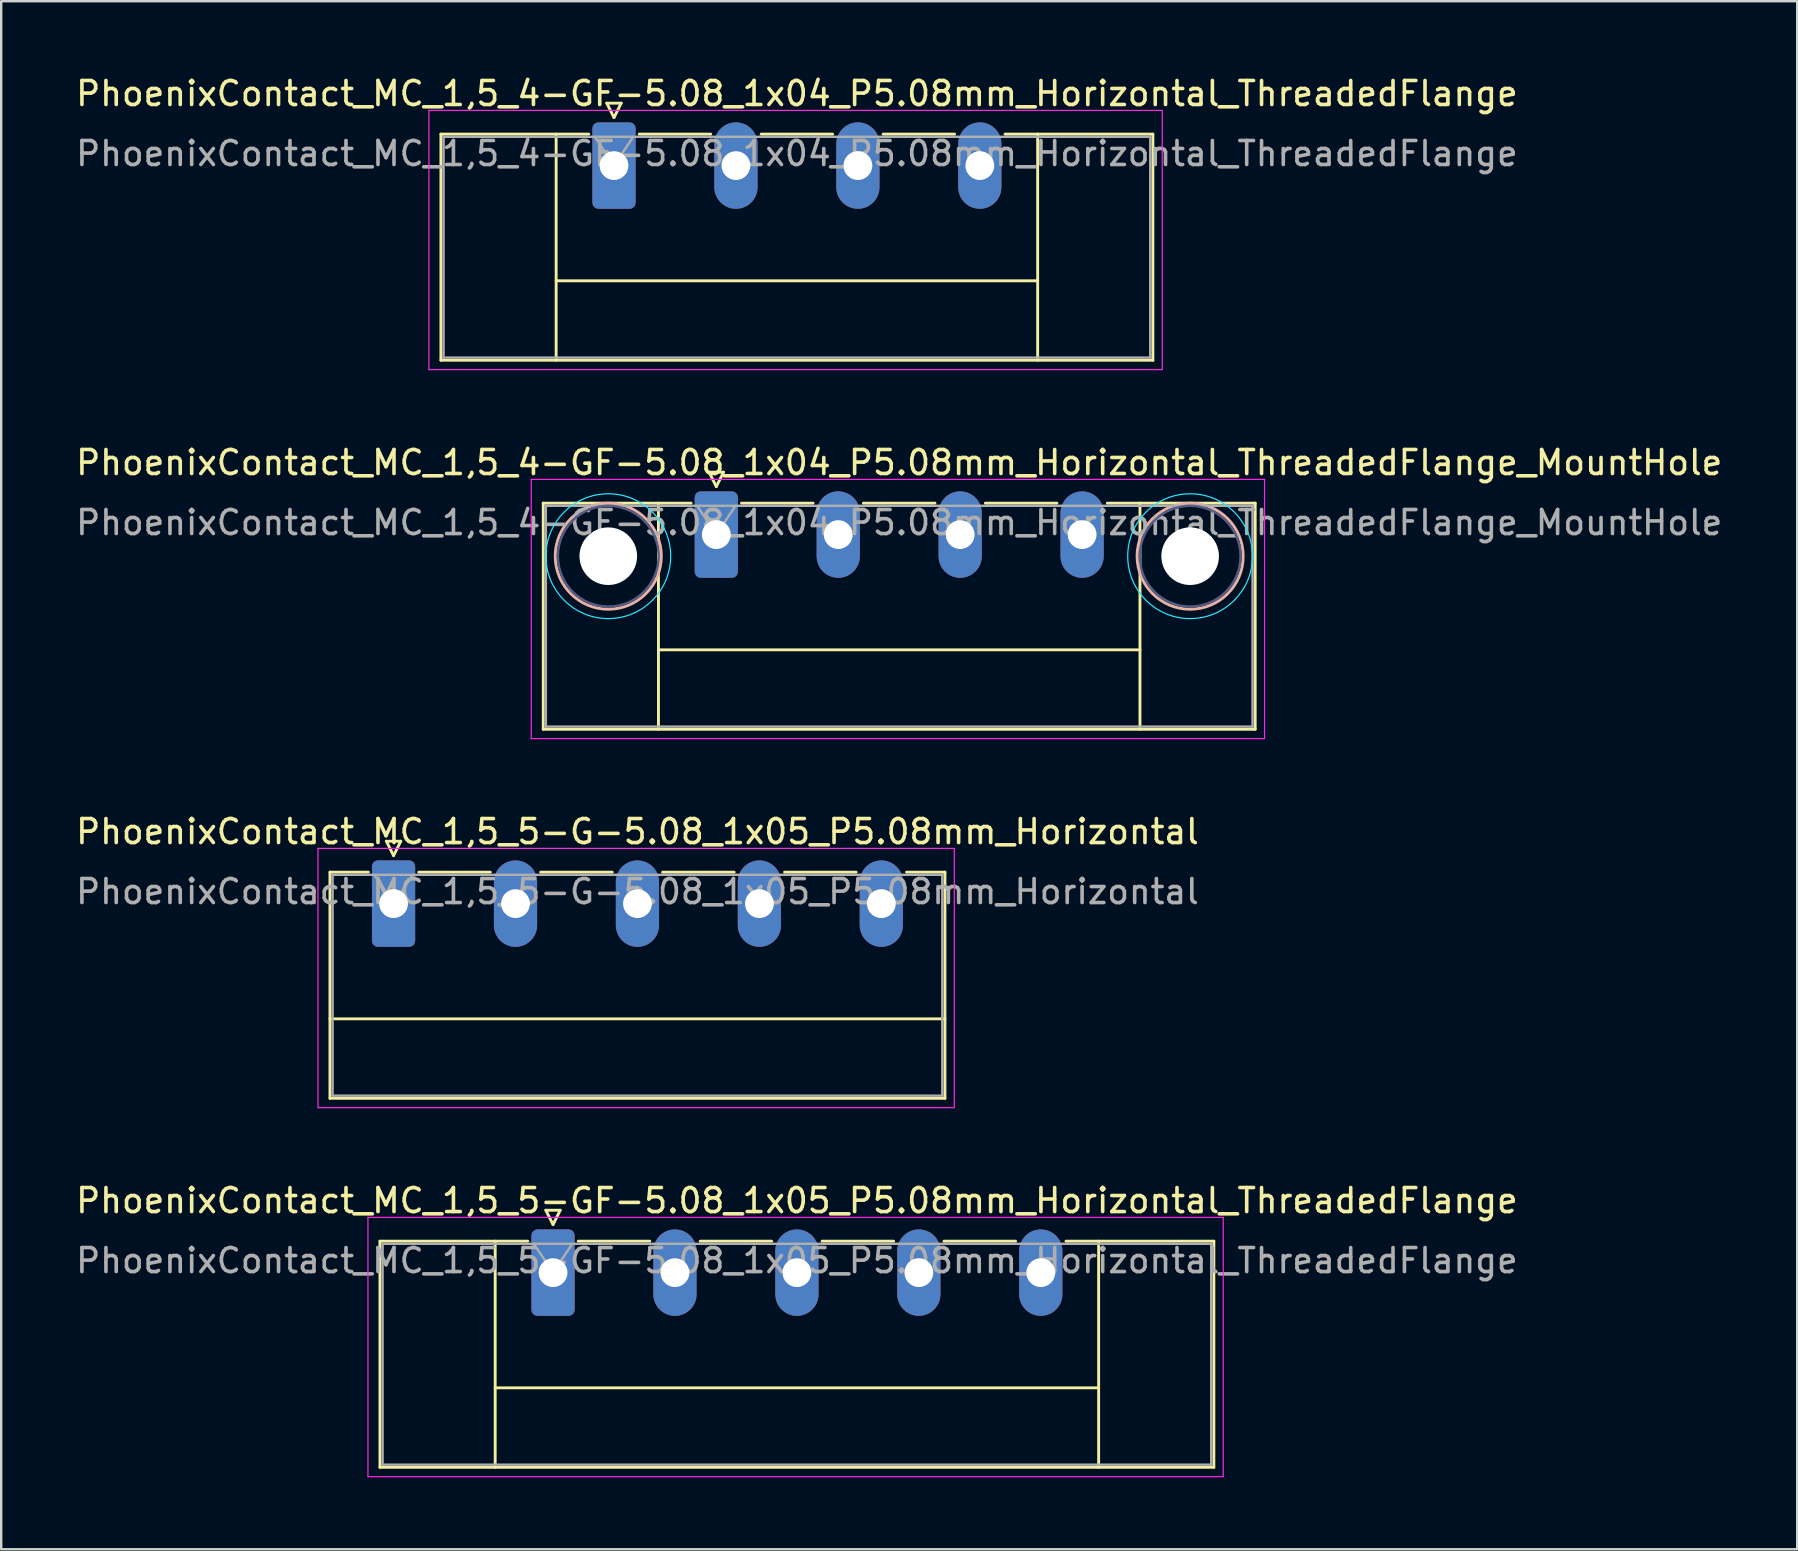
<source format=kicad_pcb>
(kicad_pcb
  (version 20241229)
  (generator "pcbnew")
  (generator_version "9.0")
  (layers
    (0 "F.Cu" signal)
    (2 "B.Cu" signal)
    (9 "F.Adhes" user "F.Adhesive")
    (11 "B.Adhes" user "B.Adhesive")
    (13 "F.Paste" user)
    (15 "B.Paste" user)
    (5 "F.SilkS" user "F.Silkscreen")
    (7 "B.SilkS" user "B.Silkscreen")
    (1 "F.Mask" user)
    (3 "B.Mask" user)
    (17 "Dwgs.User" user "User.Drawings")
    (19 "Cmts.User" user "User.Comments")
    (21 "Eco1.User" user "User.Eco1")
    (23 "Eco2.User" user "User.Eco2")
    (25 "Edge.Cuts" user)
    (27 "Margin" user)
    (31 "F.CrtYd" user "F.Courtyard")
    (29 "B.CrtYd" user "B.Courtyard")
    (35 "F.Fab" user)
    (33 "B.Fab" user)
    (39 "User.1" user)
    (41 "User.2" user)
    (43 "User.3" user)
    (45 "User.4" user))
  (footprint "PhoenixContact_MC_1,5_5-GF-5.08_1x05_P5.08mm_Horizontal_ThreadedFlange"
    (layer "F.Cu")
    (at 19.989 49.968)
    (property "Reference" "PhoenixContact_MC_1,5_5-GF-5.08_1x05_P5.08mm_Horizontal_ThreadedFlange" (at 10.16 -3 0) (layer "F.SilkS") (effects (font (size 1 1) (thickness 0.15))))
    (attr through_hole)
    (fp_line (start -7.21 -1.31) (end -7.21 8.11) (stroke (width 0.12) (type solid)) (layer "F.SilkS"))
    (fp_line (start -7.21 -1.31) (end -1.05 -1.31) (stroke (width 0.12) (type solid)) (layer "F.SilkS"))
    (fp_line (start -7.21 8.11) (end 27.53 8.11) (stroke (width 0.12) (type solid)) (layer "F.SilkS"))
    (fp_line (start -2.41 -1.31) (end -2.41 8.11) (stroke (width 0.12) (type solid)) (layer "F.SilkS"))
    (fp_line (start -2.41 4.8) (end 22.73 4.8) (stroke (width 0.12) (type solid)) (layer "F.SilkS"))
    (fp_line (start -0.3 -2.6) (end 0.3 -2.6) (stroke (width 0.12) (type solid)) (layer "F.SilkS"))
    (fp_line (start 0 -2) (end -0.3 -2.6) (stroke (width 0.12) (type solid)) (layer "F.SilkS"))
    (fp_line (start 0.3 -2.6) (end 0 -2) (stroke (width 0.12) (type solid)) (layer "F.SilkS"))
    (fp_line (start 1.05 -1.31) (end 4.03 -1.31) (stroke (width 0.12) (type solid)) (layer "F.SilkS"))
    (fp_line (start 6.13 -1.31) (end 9.11 -1.31) (stroke (width 0.12) (type solid)) (layer "F.SilkS"))
    (fp_line (start 11.21 -1.31) (end 14.19 -1.31) (stroke (width 0.12) (type solid)) (layer "F.SilkS"))
    (fp_line (start 16.29 -1.31) (end 19.27 -1.31) (stroke (width 0.12) (type solid)) (layer "F.SilkS"))
    (fp_line (start 22.73 -1.31) (end 22.73 8.11) (stroke (width 0.12) (type solid)) (layer "F.SilkS"))
    (fp_line (start 27.53 -1.31) (end 21.37 -1.31) (stroke (width 0.12) (type solid)) (layer "F.SilkS"))
    (fp_line (start 27.53 8.11) (end 27.53 -1.31) (stroke (width 0.12) (type solid)) (layer "F.SilkS"))
    (fp_line (start -7.71 -2.3) (end -7.71 8.5) (stroke (width 0.05) (type solid)) (layer "F.CrtYd"))
    (fp_line (start -7.71 8.5) (end 27.92 8.5) (stroke (width 0.05) (type solid)) (layer "F.CrtYd"))
    (fp_line (start 27.92 -2.3) (end -7.71 -2.3) (stroke (width 0.05) (type solid)) (layer "F.CrtYd"))
    (fp_line (start 27.92 8.5) (end 27.92 -2.3) (stroke (width 0.05) (type solid)) (layer "F.CrtYd"))
    (fp_line (start -7.1 -1.2) (end -7.1 8) (stroke (width 0.1) (type solid)) (layer "F.Fab"))
    (fp_line (start -7.1 8) (end 27.42 8) (stroke (width 0.1) (type solid)) (layer "F.Fab"))
    (fp_line (start 0 0) (end -0.8 -1.2) (stroke (width 0.1) (type solid)) (layer "F.Fab"))
    (fp_line (start 0.8 -1.2) (end 0 0) (stroke (width 0.1) (type solid)) (layer "F.Fab"))
    (fp_line (start 27.42 -1.2) (end -7.1 -1.2) (stroke (width 0.1) (type solid)) (layer "F.Fab"))
    (fp_line (start 27.42 8) (end 27.42 -1.2) (stroke (width 0.1) (type solid)) (layer "F.Fab"))
    (fp_text user "${REFERENCE}" (at 10.16 -0.5 0) (layer "F.Fab") (effects (font (size 1 1) (thickness 0.15))))
    (pad "1" thru_hole roundrect (at 0 0) (size 1.8 3.6) (drill 1.2) (layers "*.Cu" "*.Mask") (roundrect_rratio 0.139))
    (pad "2" thru_hole oval (at 5.08 0) (size 1.8 3.6) (drill 1.2) (layers "*.Cu" "*.Mask"))
    (pad "3" thru_hole oval (at 10.16 0) (size 1.8 3.6) (drill 1.2) (layers "*.Cu" "*.Mask"))
    (pad "4" thru_hole oval (at 15.24 0) (size 1.8 3.6) (drill 1.2) (layers "*.Cu" "*.Mask"))
    (pad "5" thru_hole oval (at 20.32 0) (size 1.8 3.6) (drill 1.2) (layers "*.Cu" "*.Mask")))
  (footprint "PhoenixContact_MC_1,5_5-G-5.08_1x05_P5.08mm_Horizontal"
    (layer "F.Cu")
    (at 13.346 34.595)
    (property "Reference" "PhoenixContact_MC_1,5_5-G-5.08_1x05_P5.08mm_Horizontal" (at 10.16 -3 0) (layer "F.SilkS") (effects (font (size 1 1) (thickness 0.15))))
    (attr through_hole)
    (fp_line (start -2.65 -1.31) (end -2.65 8.11) (stroke (width 0.12) (type solid)) (layer "F.SilkS"))
    (fp_line (start -2.65 -1.31) (end -1.05 -1.31) (stroke (width 0.12) (type solid)) (layer "F.SilkS"))
    (fp_line (start -2.65 4.8) (end 22.97 4.8) (stroke (width 0.12) (type solid)) (layer "F.SilkS"))
    (fp_line (start -2.65 8.11) (end 22.97 8.11) (stroke (width 0.12) (type solid)) (layer "F.SilkS"))
    (fp_line (start -0.3 -2.6) (end 0.3 -2.6) (stroke (width 0.12) (type solid)) (layer "F.SilkS"))
    (fp_line (start 0 -2) (end -0.3 -2.6) (stroke (width 0.12) (type solid)) (layer "F.SilkS"))
    (fp_line (start 0.3 -2.6) (end 0 -2) (stroke (width 0.12) (type solid)) (layer "F.SilkS"))
    (fp_line (start 1.05 -1.31) (end 4.03 -1.31) (stroke (width 0.12) (type solid)) (layer "F.SilkS"))
    (fp_line (start 6.13 -1.31) (end 9.11 -1.31) (stroke (width 0.12) (type solid)) (layer "F.SilkS"))
    (fp_line (start 11.21 -1.31) (end 14.19 -1.31) (stroke (width 0.12) (type solid)) (layer "F.SilkS"))
    (fp_line (start 16.29 -1.31) (end 19.27 -1.31) (stroke (width 0.12) (type solid)) (layer "F.SilkS"))
    (fp_line (start 22.97 -1.31) (end 21.37 -1.31) (stroke (width 0.12) (type solid)) (layer "F.SilkS"))
    (fp_line (start 22.97 8.11) (end 22.97 -1.31) (stroke (width 0.12) (type solid)) (layer "F.SilkS"))
    (fp_line (start -3.15 -2.3) (end -3.15 8.5) (stroke (width 0.05) (type solid)) (layer "F.CrtYd"))
    (fp_line (start -3.15 8.5) (end 23.36 8.5) (stroke (width 0.05) (type solid)) (layer "F.CrtYd"))
    (fp_line (start 23.36 -2.3) (end -3.15 -2.3) (stroke (width 0.05) (type solid)) (layer "F.CrtYd"))
    (fp_line (start 23.36 8.5) (end 23.36 -2.3) (stroke (width 0.05) (type solid)) (layer "F.CrtYd"))
    (fp_line (start -2.54 -1.2) (end -2.54 8) (stroke (width 0.1) (type solid)) (layer "F.Fab"))
    (fp_line (start -2.54 8) (end 22.86 8) (stroke (width 0.1) (type solid)) (layer "F.Fab"))
    (fp_line (start 0 0) (end -0.8 -1.2) (stroke (width 0.1) (type solid)) (layer "F.Fab"))
    (fp_line (start 0.8 -1.2) (end 0 0) (stroke (width 0.1) (type solid)) (layer "F.Fab"))
    (fp_line (start 22.86 -1.2) (end -2.54 -1.2) (stroke (width 0.1) (type solid)) (layer "F.Fab"))
    (fp_line (start 22.86 8) (end 22.86 -1.2) (stroke (width 0.1) (type solid)) (layer "F.Fab"))
    (fp_text user "${REFERENCE}" (at 10.16 -0.5 0) (layer "F.Fab") (effects (font (size 1 1) (thickness 0.15))))
    (pad "1" thru_hole roundrect (at 0 0) (size 1.8 3.6) (drill 1.2) (layers "*.Cu" "*.Mask") (roundrect_rratio 0.139))
    (pad "2" thru_hole oval (at 5.08 0) (size 1.8 3.6) (drill 1.2) (layers "*.Cu" "*.Mask"))
    (pad "3" thru_hole oval (at 10.16 0) (size 1.8 3.6) (drill 1.2) (layers "*.Cu" "*.Mask"))
    (pad "4" thru_hole oval (at 15.24 0) (size 1.8 3.6) (drill 1.2) (layers "*.Cu" "*.Mask"))
    (pad "5" thru_hole oval (at 20.32 0) (size 1.8 3.6) (drill 1.2) (layers "*.Cu" "*.Mask")))
  (footprint "PhoenixContact_MC_1,5_4-GF-5.08_1x04_P5.08mm_Horizontal_ThreadedFlange"
    (layer "F.Cu")
    (at 22.529 3.848)
    (property "Reference" "PhoenixContact_MC_1,5_4-GF-5.08_1x04_P5.08mm_Horizontal_ThreadedFlange" (at 7.62 -3 0) (layer "F.SilkS") (effects (font (size 1 1) (thickness 0.15))))
    (attr through_hole)
    (fp_line (start -7.21 -1.31) (end -7.21 8.11) (stroke (width 0.12) (type solid)) (layer "F.SilkS"))
    (fp_line (start -7.21 -1.31) (end -1.05 -1.31) (stroke (width 0.12) (type solid)) (layer "F.SilkS"))
    (fp_line (start -7.21 8.11) (end 22.45 8.11) (stroke (width 0.12) (type solid)) (layer "F.SilkS"))
    (fp_line (start -2.41 -1.31) (end -2.41 8.11) (stroke (width 0.12) (type solid)) (layer "F.SilkS"))
    (fp_line (start -2.41 4.8) (end 17.65 4.8) (stroke (width 0.12) (type solid)) (layer "F.SilkS"))
    (fp_line (start -0.3 -2.6) (end 0.3 -2.6) (stroke (width 0.12) (type solid)) (layer "F.SilkS"))
    (fp_line (start 0 -2) (end -0.3 -2.6) (stroke (width 0.12) (type solid)) (layer "F.SilkS"))
    (fp_line (start 0.3 -2.6) (end 0 -2) (stroke (width 0.12) (type solid)) (layer "F.SilkS"))
    (fp_line (start 1.05 -1.31) (end 4.03 -1.31) (stroke (width 0.12) (type solid)) (layer "F.SilkS"))
    (fp_line (start 6.13 -1.31) (end 9.11 -1.31) (stroke (width 0.12) (type solid)) (layer "F.SilkS"))
    (fp_line (start 11.21 -1.31) (end 14.19 -1.31) (stroke (width 0.12) (type solid)) (layer "F.SilkS"))
    (fp_line (start 17.65 -1.31) (end 17.65 8.11) (stroke (width 0.12) (type solid)) (layer "F.SilkS"))
    (fp_line (start 22.45 -1.31) (end 16.29 -1.31) (stroke (width 0.12) (type solid)) (layer "F.SilkS"))
    (fp_line (start 22.45 8.11) (end 22.45 -1.31) (stroke (width 0.12) (type solid)) (layer "F.SilkS"))
    (fp_line (start -7.71 -2.3) (end -7.71 8.5) (stroke (width 0.05) (type solid)) (layer "F.CrtYd"))
    (fp_line (start -7.71 8.5) (end 22.84 8.5) (stroke (width 0.05) (type solid)) (layer "F.CrtYd"))
    (fp_line (start 22.84 -2.3) (end -7.71 -2.3) (stroke (width 0.05) (type solid)) (layer "F.CrtYd"))
    (fp_line (start 22.84 8.5) (end 22.84 -2.3) (stroke (width 0.05) (type solid)) (layer "F.CrtYd"))
    (fp_line (start -7.1 -1.2) (end -7.1 8) (stroke (width 0.1) (type solid)) (layer "F.Fab"))
    (fp_line (start -7.1 8) (end 22.34 8) (stroke (width 0.1) (type solid)) (layer "F.Fab"))
    (fp_line (start 0 0) (end -0.8 -1.2) (stroke (width 0.1) (type solid)) (layer "F.Fab"))
    (fp_line (start 0.8 -1.2) (end 0 0) (stroke (width 0.1) (type solid)) (layer "F.Fab"))
    (fp_line (start 22.34 -1.2) (end -7.1 -1.2) (stroke (width 0.1) (type solid)) (layer "F.Fab"))
    (fp_line (start 22.34 8) (end 22.34 -1.2) (stroke (width 0.1) (type solid)) (layer "F.Fab"))
    (fp_text user "${REFERENCE}" (at 7.62 -0.5 0) (layer "F.Fab") (effects (font (size 1 1) (thickness 0.15))))
    (pad "1" thru_hole roundrect (at 0 0) (size 1.8 3.6) (drill 1.2) (layers "*.Cu" "*.Mask") (roundrect_rratio 0.139))
    (pad "2" thru_hole oval (at 5.08 0) (size 1.8 3.6) (drill 1.2) (layers "*.Cu" "*.Mask"))
    (pad "3" thru_hole oval (at 10.16 0) (size 1.8 3.6) (drill 1.2) (layers "*.Cu" "*.Mask"))
    (pad "4" thru_hole oval (at 15.24 0) (size 1.8 3.6) (drill 1.2) (layers "*.Cu" "*.Mask")))
  (footprint "PhoenixContact_MC_1,5_4-GF-5.08_1x04_P5.08mm_Horizontal_ThreadedFlange_MountHole"
    (layer "F.Cu")
    (at 26.791 19.221)
    (property "Reference" "PhoenixContact_MC_1,5_4-GF-5.08_1x04_P5.08mm_Horizontal_ThreadedFlange_MountHole" (at 7.62 -3 0) (layer "F.SilkS") (effects (font (size 1 1) (thickness 0.15))))
    (attr through_hole)
    (fp_line (start -7.21 -1.31) (end -7.21 8.11) (stroke (width 0.12) (type solid)) (layer "F.SilkS"))
    (fp_line (start -7.21 -1.31) (end -1.05 -1.31) (stroke (width 0.12) (type solid)) (layer "F.SilkS"))
    (fp_line (start -7.21 8.11) (end 22.45 8.11) (stroke (width 0.12) (type solid)) (layer "F.SilkS"))
    (fp_line (start -2.41 -1.31) (end -2.41 8.11) (stroke (width 0.12) (type solid)) (layer "F.SilkS"))
    (fp_line (start -2.41 4.8) (end 17.65 4.8) (stroke (width 0.12) (type solid)) (layer "F.SilkS"))
    (fp_line (start -0.3 -2.6) (end 0.3 -2.6) (stroke (width 0.12) (type solid)) (layer "F.SilkS"))
    (fp_line (start 0 -2) (end -0.3 -2.6) (stroke (width 0.12) (type solid)) (layer "F.SilkS"))
    (fp_line (start 0.3 -2.6) (end 0 -2) (stroke (width 0.12) (type solid)) (layer "F.SilkS"))
    (fp_line (start 1.05 -1.31) (end 4.03 -1.31) (stroke (width 0.12) (type solid)) (layer "F.SilkS"))
    (fp_line (start 6.13 -1.31) (end 9.11 -1.31) (stroke (width 0.12) (type solid)) (layer "F.SilkS"))
    (fp_line (start 11.21 -1.31) (end 14.19 -1.31) (stroke (width 0.12) (type solid)) (layer "F.SilkS"))
    (fp_line (start 17.65 -1.31) (end 17.65 8.11) (stroke (width 0.12) (type solid)) (layer "F.SilkS"))
    (fp_line (start 22.45 -1.31) (end 16.29 -1.31) (stroke (width 0.12) (type solid)) (layer "F.SilkS"))
    (fp_line (start 22.45 8.11) (end 22.45 -1.31) (stroke (width 0.12) (type solid)) (layer "F.SilkS"))
    (fp_circle (center -4.5 0.9) (end -2.29 0.9) (stroke (width 0.12) (type solid)) (fill no) (layer "B.SilkS"))
    (fp_circle (center 19.74 0.9) (end 21.95 0.9) (stroke (width 0.12) (type solid)) (fill no) (layer "B.SilkS"))
    (fp_circle (center -4.5 0.9) (end -1.9 0.9) (stroke (width 0.05) (type solid)) (fill no) (layer "B.CrtYd"))
    (fp_circle (center 19.74 0.9) (end 22.34 0.9) (stroke (width 0.05) (type solid)) (fill no) (layer "B.CrtYd"))
    (fp_line (start -7.71 -2.3) (end -7.71 8.5) (stroke (width 0.05) (type solid)) (layer "F.CrtYd"))
    (fp_line (start -7.71 8.5) (end 22.84 8.5) (stroke (width 0.05) (type solid)) (layer "F.CrtYd"))
    (fp_line (start 22.84 -2.3) (end -7.71 -2.3) (stroke (width 0.05) (type solid)) (layer "F.CrtYd"))
    (fp_line (start 22.84 8.5) (end 22.84 -2.3) (stroke (width 0.05) (type solid)) (layer "F.CrtYd"))
    (fp_circle (center -4.5 0.9) (end -2.4 0.9) (stroke (width 0.1) (type solid)) (fill no) (layer "B.Fab"))
    (fp_circle (center 19.74 0.9) (end 21.84 0.9) (stroke (width 0.1) (type solid)) (fill no) (layer "B.Fab"))
    (fp_line (start -7.1 -1.2) (end -7.1 8) (stroke (width 0.1) (type solid)) (layer "F.Fab"))
    (fp_line (start -7.1 8) (end 22.34 8) (stroke (width 0.1) (type solid)) (layer "F.Fab"))
    (fp_line (start 0 0) (end -0.8 -1.2) (stroke (width 0.1) (type solid)) (layer "F.Fab"))
    (fp_line (start 0.8 -1.2) (end 0 0) (stroke (width 0.1) (type solid)) (layer "F.Fab"))
    (fp_line (start 22.34 -1.2) (end -7.1 -1.2) (stroke (width 0.1) (type solid)) (layer "F.Fab"))
    (fp_line (start 22.34 8) (end 22.34 -1.2) (stroke (width 0.1) (type solid)) (layer "F.Fab"))
    (fp_text user "${REFERENCE}" (at 7.62 -0.5 0) (layer "F.Fab") (effects (font (size 1 1) (thickness 0.15))))
    (pad "" np_thru_hole circle (at -4.5 0.9) (size 2.4 2.4) (drill 2.4) (layers "*.Cu" "*.Mask"))
    (pad "" np_thru_hole circle (at 19.74 0.9) (size 2.4 2.4) (drill 2.4) (layers "*.Cu" "*.Mask"))
    (pad "1" thru_hole roundrect (at 0 0) (size 1.8 3.6) (drill 1.2) (layers "*.Cu" "*.Mask") (roundrect_rratio 0.139))
    (pad "2" thru_hole oval (at 5.08 0) (size 1.8 3.6) (drill 1.2) (layers "*.Cu" "*.Mask"))
    (pad "3" thru_hole oval (at 10.16 0) (size 1.8 3.6) (drill 1.2) (layers "*.Cu" "*.Mask"))
    (pad "4" thru_hole oval (at 15.24 0) (size 1.8 3.6) (drill 1.2) (layers "*.Cu" "*.Mask")))
  (gr_rect
    (start -3 -3)
    (end 71.821 61.493)
    (stroke (width 0.1) (type default))
    (fill no)
    (layer "Edge.Cuts")))
</source>
